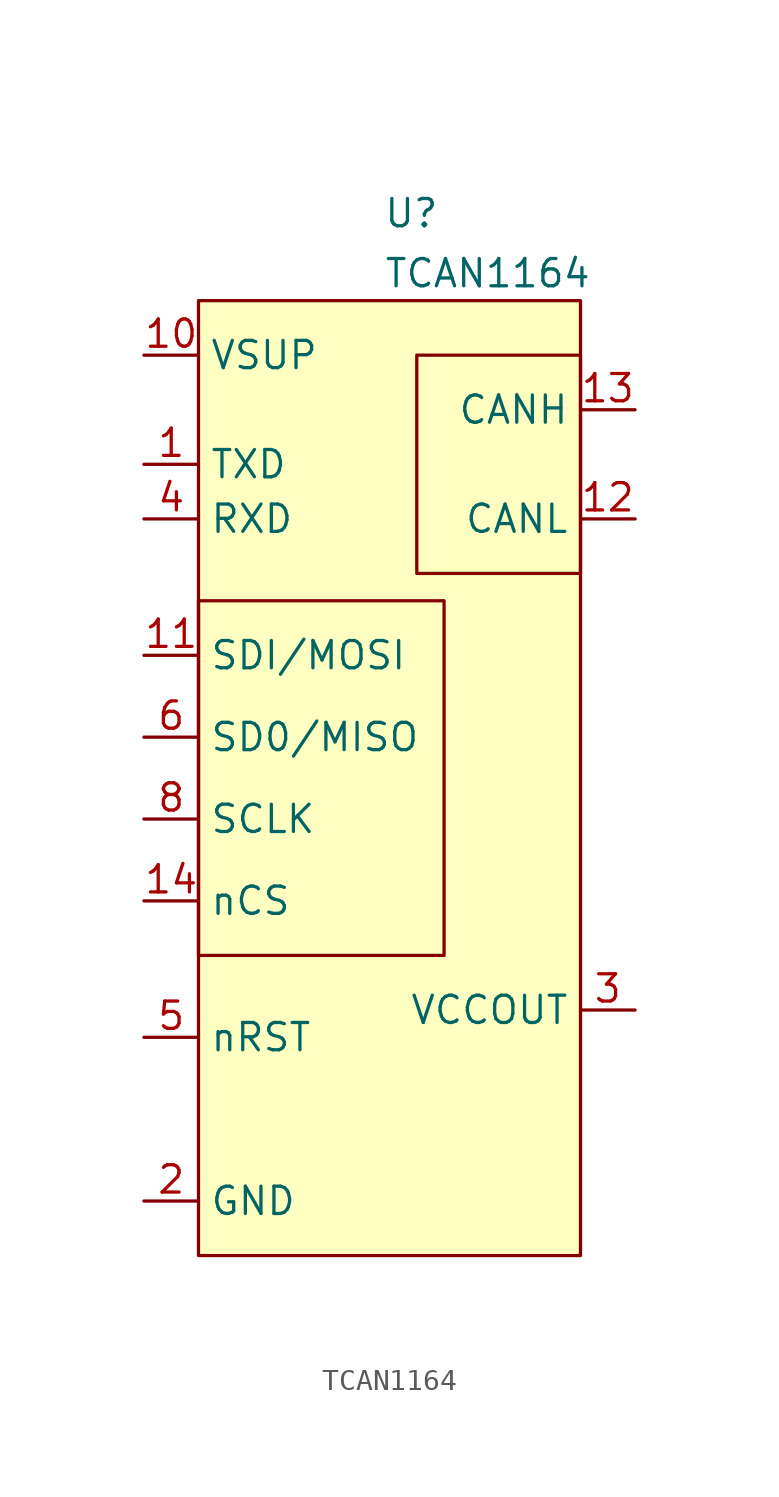
<source format=kicad_sym>
(kicad_symbol_lib
  (version 20231120)
  (generator "kicad_symbol_editor")
  (generator_version "8.0")
  (symbol "TCAN1164"
    (property "Reference" "U"
      (at 1.016 24.384 0)
      (effects (font (size 1.27 1.27))))
    (property "Value" "TCAN1164"
      (at 4.572 21.59 0)
      (effects (font (size 1.27 1.27))))
    (symbol "TCAN1164_1_1"
      (rectangle (start -8.89 6.35) (end 2.54 -10.16) (stroke (width 0) (type default)) (fill (type none)))
      (rectangle (start -8.89 20.32) (end 8.89 -24.13) (stroke (width 0) (type default)) (fill (type background)))
      (rectangle (start 8.89 17.78) (end 1.27 7.62) (stroke (width 0) (type default)) (fill (type none)))
      (pin input line (at -11.43 12.7 0) (length 2.54) (name "TXD" (effects (font (size 1.27 1.27)))) (number "1" (effects (font (size 1.27 1.27)))))
      (pin input line (at -11.43 17.78 0) (length 2.54) (name "VSUP" (effects (font (size 1.27 1.27)))) (number "10" (effects (font (size 1.27 1.27)))))
      (pin input line (at -11.43 3.81 0) (length 2.54) (name "SDI/MOSI" (effects (font (size 1.27 1.27)))) (number "11" (effects (font (size 1.27 1.27)))))
      (pin input line (at 11.43 10.16 180) (length 2.54) (name "CANL" (effects (font (size 1.27 1.27)))) (number "12" (effects (font (size 1.27 1.27)))))
      (pin input line (at 11.43 15.24 180) (length 2.54) (name "CANH" (effects (font (size 1.27 1.27)))) (number "13" (effects (font (size 1.27 1.27)))))
      (pin input line (at -11.43 -7.62 0) (length 2.54) (name "nCS" (effects (font (size 1.27 1.27)))) (number "14" (effects (font (size 1.27 1.27)))))
      (pin input line (at -11.43 -21.59 0) (length 2.54) (name "GND" (effects (font (size 1.27 1.27)))) (number "2" (effects (font (size 1.27 1.27)))))
      (pin input line (at 11.43 -12.7 180) (length 2.54) (name "VCCOUT" (effects (font (size 1.27 1.27)))) (number "3" (effects (font (size 1.27 1.27)))))
      (pin input line (at -11.43 10.16 0) (length 2.54) (name "RXD" (effects (font (size 1.27 1.27)))) (number "4" (effects (font (size 1.27 1.27)))))
      (pin input line (at -11.43 -13.97 0) (length 2.54) (name "nRST" (effects (font (size 1.27 1.27)))) (number "5" (effects (font (size 1.27 1.27)))))
      (pin input line (at -11.43 0 0) (length 2.54) (name "SD0/MISO" (effects (font (size 1.27 1.27)))) (number "6" (effects (font (size 1.27 1.27)))))
      (pin input line (at -11.43 -3.81 0) (length 2.54) (name "SCLK" (effects (font (size 1.27 1.27)))) (number "8" (effects (font (size 1.27 1.27)))))
      (pin no_connect line (at 11.43 -21.59 180) (length 2.54) hide (name "7" (effects (font (size 1.27 1.27)))) (number "NC" (effects (font (size 1.27 1.27)))))
      (pin no_connect line (at 11.43 -21.59 180) (length 2.54) hide (name "9" (effects (font (size 1.27 1.27)))) (number "NC" (effects (font (size 1.27 1.27))))))))
</source>
